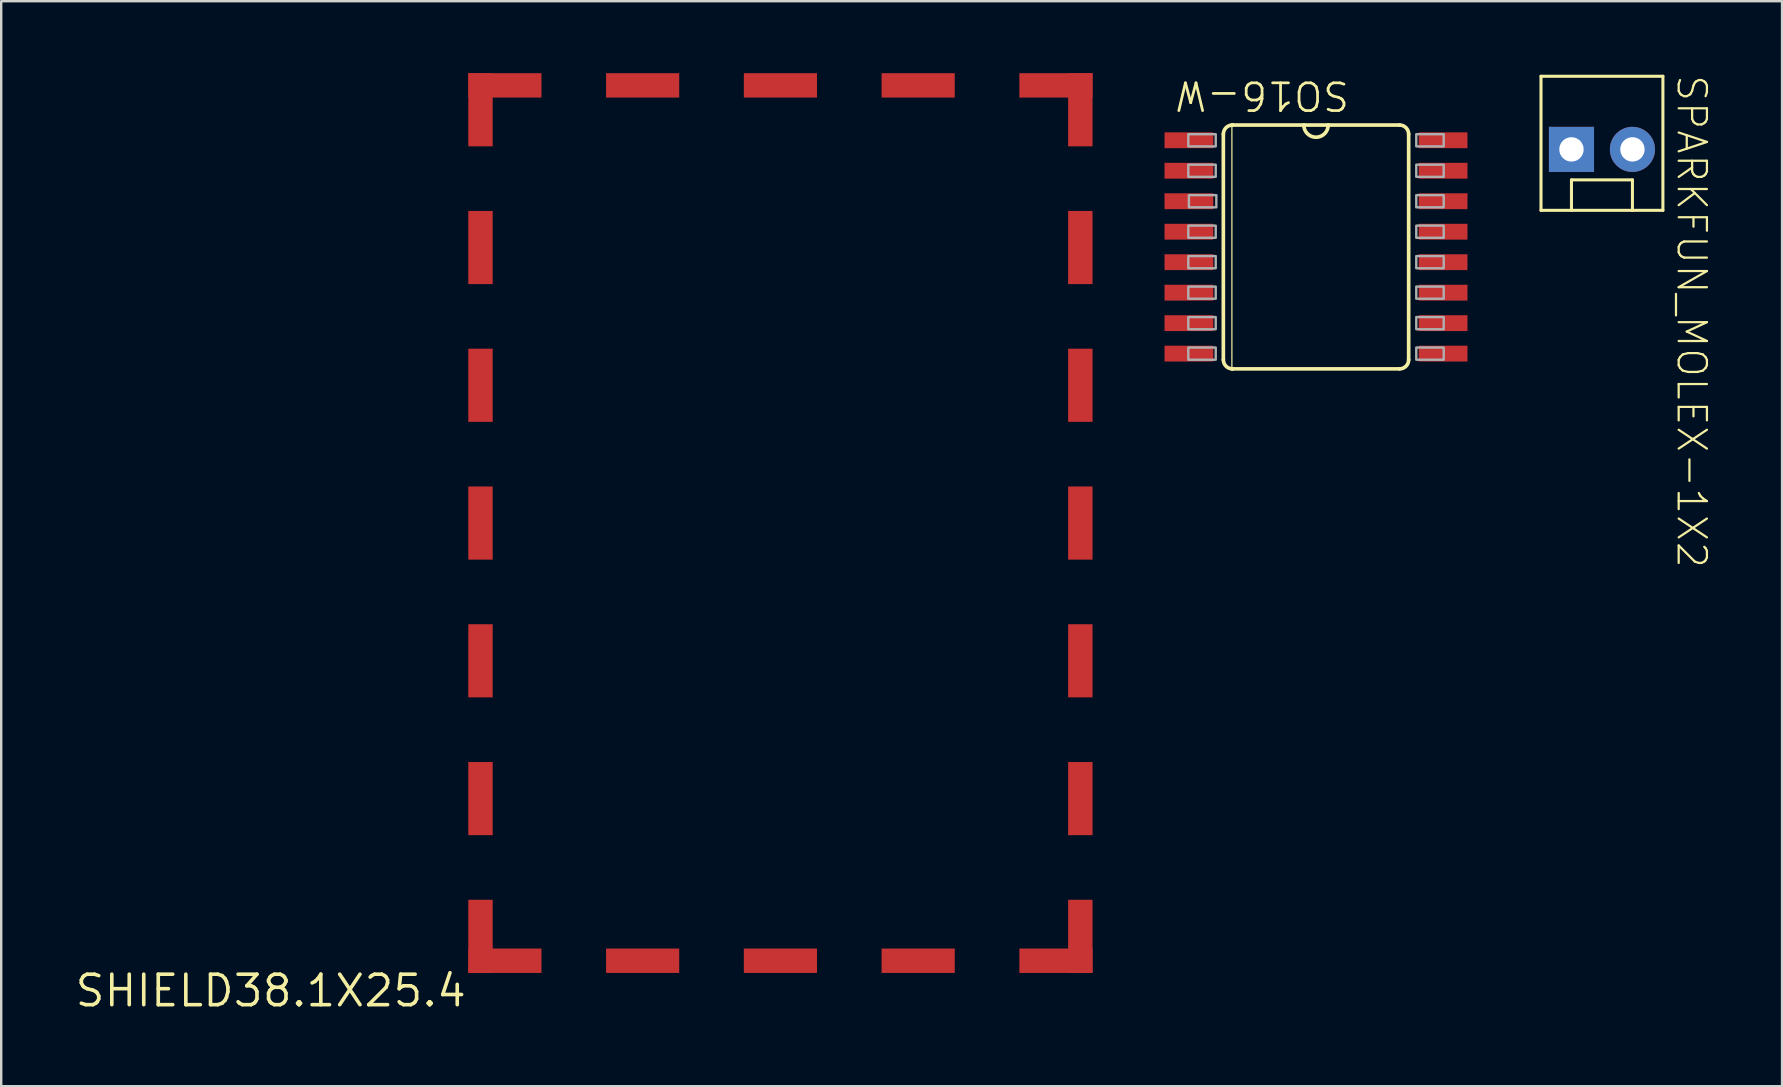
<source format=kicad_pcb>
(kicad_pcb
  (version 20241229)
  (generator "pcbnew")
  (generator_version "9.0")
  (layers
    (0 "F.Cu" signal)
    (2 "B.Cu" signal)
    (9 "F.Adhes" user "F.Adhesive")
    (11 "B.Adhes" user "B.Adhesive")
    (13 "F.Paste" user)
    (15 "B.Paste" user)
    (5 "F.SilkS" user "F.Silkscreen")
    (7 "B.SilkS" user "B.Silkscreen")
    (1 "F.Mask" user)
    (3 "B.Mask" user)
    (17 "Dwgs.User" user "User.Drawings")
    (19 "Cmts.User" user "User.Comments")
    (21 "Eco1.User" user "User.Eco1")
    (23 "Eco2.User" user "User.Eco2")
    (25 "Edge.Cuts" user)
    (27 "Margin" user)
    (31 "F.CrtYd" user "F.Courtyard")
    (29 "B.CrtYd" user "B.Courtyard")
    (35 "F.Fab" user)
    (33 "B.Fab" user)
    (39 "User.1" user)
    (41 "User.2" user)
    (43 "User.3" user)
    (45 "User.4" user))
  (footprint "SPARKFUN_MOLEX-1X2"
    (layer "F.Cu")
    (at 62.431 3.175)
    (property "Reference" "SPARKFUN_MOLEX-1X2" (at 4.318 -3.175 270) (unlocked yes) (layer "F.SilkS") (effects (font (size 1.177 1.177) (thickness 0.093)) (justify left bottom)))
    (fp_line (start -1.27 -3.048) (end -1.27 2.54) (stroke (width 0.127) (type solid)) (layer "F.SilkS"))
    (fp_line (start 0 1.27) (end 2.54 1.27) (stroke (width 0.127) (type solid)) (layer "F.SilkS"))
    (fp_line (start 0 2.54) (end -1.27 2.54) (stroke (width 0.127) (type solid)) (layer "F.SilkS"))
    (fp_line (start 0 2.54) (end 0 1.27) (stroke (width 0.127) (type solid)) (layer "F.SilkS"))
    (fp_line (start 2.54 1.27) (end 2.54 2.54) (stroke (width 0.127) (type solid)) (layer "F.SilkS"))
    (fp_line (start 2.54 2.54) (end 0 2.54) (stroke (width 0.127) (type solid)) (layer "F.SilkS"))
    (fp_line (start 3.81 -3.048) (end -1.27 -3.048) (stroke (width 0.127) (type solid)) (layer "F.SilkS"))
    (fp_line (start 3.81 -3.048) (end 3.81 2.54) (stroke (width 0.127) (type solid)) (layer "F.SilkS"))
    (fp_line (start 3.81 2.54) (end 2.54 2.54) (stroke (width 0.127) (type solid)) (layer "F.SilkS"))
    (pad "1" thru_hole rect (at 0 0) (size 1.88 1.88) (drill 1.016) (layers "*.Cu" "*.Mask"))
    (pad "2" thru_hole circle (at 2.54 0) (size 1.88 1.88) (drill 1.016) (layers "*.Cu" "*.Mask")))
  (footprint "SO16-W"
    (layer "F.Cu")
    (at 51.786 7.24)
    (property "Reference" "SO16-W" (at 1.46 -6.985 180) (unlocked yes) (layer "F.SilkS") (effects (font (size 1.156 1.156) (thickness 0.114)) (justify left bottom)))
    (fp_line (start -3.861 -4.699) (end -3.861 4.699) (stroke (width 0.152) (type solid)) (layer "F.SilkS"))
    (fp_line (start -3.505 -5.08) (end -3.505 5.08) (stroke (width 0.051) (type solid)) (layer "F.SilkS"))
    (fp_line (start -3.505 -5.08) (end -3.48 -5.08) (stroke (width 0.152) (type solid)) (layer "F.SilkS"))
    (fp_line (start -3.505 5.08) (end -3.48 5.08) (stroke (width 0.152) (type solid)) (layer "F.SilkS"))
    (fp_line (start -3.48 5.08) (end 3.48 5.08) (stroke (width 0.152) (type solid)) (layer "F.SilkS"))
    (fp_line (start -0.508 -5.08) (end -3.48 -5.08) (stroke (width 0.152) (type solid)) (layer "F.SilkS"))
    (fp_line (start 0.508 -5.08) (end -0.508 -5.08) (stroke (width 0.152) (type solid)) (layer "F.SilkS"))
    (fp_line (start 3.48 -5.08) (end 0.508 -5.08) (stroke (width 0.152) (type solid)) (layer "F.SilkS"))
    (fp_line (start 3.861 4.699) (end 3.861 -4.699) (stroke (width 0.152) (type solid)) (layer "F.SilkS"))
    (fp_arc (start -3.8608 -4.699) (mid -3.749208 -4.968408) (end -3.4798 -5.08) (stroke (width 0.1524) (type solid)) (layer "F.SilkS"))
    (fp_arc (start -3.4798 5.08) (mid -3.749208 4.968408) (end -3.8608 4.699) (stroke (width 0.1524) (type solid)) (layer "F.SilkS"))
    (fp_arc (start 0.508 -5.08) (mid 0 -4.572) (end -0.508 -5.08) (stroke (width 0.1524) (type solid)) (layer "F.SilkS"))
    (fp_arc (start 3.4798 -5.08) (mid 3.749208 -4.968408) (end 3.8608 -4.699) (stroke (width 0.1524) (type solid)) (layer "F.SilkS"))
    (fp_arc (start 3.8608 4.699) (mid 3.749208 4.968408) (end 3.4798 5.08) (stroke (width 0.1524) (type solid)) (layer "F.SilkS"))
    (fp_poly (pts (xy -5.321 -4.699) (xy -5.321 -4.191) (xy -4.178 -4.191) (xy -4.178 -4.699)) (stroke (width 0.1) (type default)) (fill no) (layer "F.Fab"))
    (fp_poly (pts (xy -5.321 -3.429) (xy -5.321 -2.921) (xy -4.178 -2.921) (xy -4.178 -3.429)) (stroke (width 0.1) (type default)) (fill no) (layer "F.Fab"))
    (fp_poly (pts (xy -5.321 -0.889) (xy -5.321 -0.381) (xy -4.178 -0.381) (xy -4.178 -0.889)) (stroke (width 0.1) (type default)) (fill no) (layer "F.Fab"))
    (fp_poly (pts (xy -5.321 0.381) (xy -5.321 0.889) (xy -4.178 0.889) (xy -4.178 0.381)) (stroke (width 0.1) (type default)) (fill no) (layer "F.Fab"))
    (fp_poly (pts (xy -5.321 1.651) (xy -5.321 2.159) (xy -4.178 2.159) (xy -4.178 1.651)) (stroke (width 0.1) (type default)) (fill no) (layer "F.Fab"))
    (fp_poly (pts (xy -5.321 2.921) (xy -5.321 3.429) (xy -4.178 3.429) (xy -4.178 2.921)) (stroke (width 0.1) (type default)) (fill no) (layer "F.Fab"))
    (fp_poly (pts (xy -5.321 4.191) (xy -5.321 4.699) (xy -4.178 4.699) (xy -4.178 4.191)) (stroke (width 0.1) (type default)) (fill no) (layer "F.Fab"))
    (fp_poly (pts (xy -5.296 -2.159) (xy -5.296 -1.651) (xy -4.153 -1.651) (xy -4.153 -2.159)) (stroke (width 0.1) (type default)) (fill no) (layer "F.Fab"))
    (fp_poly (pts (xy 4.178 -4.699) (xy 4.178 -4.191) (xy 5.321 -4.191) (xy 5.321 -4.699)) (stroke (width 0.1) (type default)) (fill no) (layer "F.Fab"))
    (fp_poly (pts (xy 4.178 -3.429) (xy 4.178 -2.921) (xy 5.321 -2.921) (xy 5.321 -3.429)) (stroke (width 0.1) (type default)) (fill no) (layer "F.Fab"))
    (fp_poly (pts (xy 4.178 -2.159) (xy 4.178 -1.651) (xy 5.321 -1.651) (xy 5.321 -2.159)) (stroke (width 0.1) (type default)) (fill no) (layer "F.Fab"))
    (fp_poly (pts (xy 4.178 -0.889) (xy 4.178 -0.381) (xy 5.321 -0.381) (xy 5.321 -0.889)) (stroke (width 0.1) (type default)) (fill no) (layer "F.Fab"))
    (fp_poly (pts (xy 4.178 0.381) (xy 4.178 0.889) (xy 5.321 0.889) (xy 5.321 0.381)) (stroke (width 0.1) (type default)) (fill no) (layer "F.Fab"))
    (fp_poly (pts (xy 4.178 1.651) (xy 4.178 2.159) (xy 5.321 2.159) (xy 5.321 1.651)) (stroke (width 0.1) (type default)) (fill no) (layer "F.Fab"))
    (fp_poly (pts (xy 4.178 2.921) (xy 4.178 3.429) (xy 5.321 3.429) (xy 5.321 2.921)) (stroke (width 0.1) (type default)) (fill no) (layer "F.Fab"))
    (fp_poly (pts (xy 4.178 4.191) (xy 4.178 4.699) (xy 5.321 4.699) (xy 5.321 4.191)) (stroke (width 0.1) (type default)) (fill no) (layer "F.Fab"))
    (pad "1" smd rect (at -5.296 -4.445 270) (size 0.66 2.032) (layers "F.Cu" "F.Mask" "F.Paste"))
    (pad "2" smd rect (at -5.296 -3.175 270) (size 0.66 2.032) (layers "F.Cu" "F.Mask" "F.Paste"))
    (pad "3" smd rect (at -5.296 -1.905 270) (size 0.66 2.032) (layers "F.Cu" "F.Mask" "F.Paste"))
    (pad "4" smd rect (at -5.296 -0.635 270) (size 0.66 2.032) (layers "F.Cu" "F.Mask" "F.Paste"))
    (pad "5" smd rect (at -5.296 0.635 270) (size 0.66 2.032) (layers "F.Cu" "F.Mask" "F.Paste"))
    (pad "6" smd rect (at -5.296 1.905 270) (size 0.66 2.032) (layers "F.Cu" "F.Mask" "F.Paste"))
    (pad "7" smd rect (at -5.296 3.175 270) (size 0.66 2.032) (layers "F.Cu" "F.Mask" "F.Paste"))
    (pad "8" smd rect (at -5.296 4.445 270) (size 0.66 2.032) (layers "F.Cu" "F.Mask" "F.Paste"))
    (pad "9" smd rect (at 5.296 4.445 270) (size 0.66 2.032) (layers "F.Cu" "F.Mask" "F.Paste"))
    (pad "10" smd rect (at 5.296 3.175 270) (size 0.66 2.032) (layers "F.Cu" "F.Mask" "F.Paste"))
    (pad "11" smd rect (at 5.296 1.905 270) (size 0.66 2.032) (layers "F.Cu" "F.Mask" "F.Paste"))
    (pad "12" smd rect (at 5.296 0.635 270) (size 0.66 2.032) (layers "F.Cu" "F.Mask" "F.Paste"))
    (pad "13" smd rect (at 5.296 -0.635 270) (size 0.66 2.032) (layers "F.Cu" "F.Mask" "F.Paste"))
    (pad "14" smd rect (at 5.296 -1.905 270) (size 0.66 2.032) (layers "F.Cu" "F.Mask" "F.Paste"))
    (pad "15" smd rect (at 5.296 -3.175 270) (size 0.66 2.032) (layers "F.Cu" "F.Mask" "F.Paste"))
    (pad "16" smd rect (at 5.296 -4.445 270) (size 0.66 2.032) (layers "F.Cu" "F.Mask" "F.Paste")))
  (footprint "SHIELD38.1X25.4"
    (layer "F.Cu")
    (at 16.464 37.49)
    (property "Reference" "SHIELD38.1X25.4" (at 0 0 0) (layer "F.SilkS") (effects (font (size 1.27 1.27) (thickness 0.15)) (justify right top)))
    (pad "1" smd rect (at 1.524 -0.508) (size 3.048 1.016) (layers "F.Cu" "F.Mask" "F.Paste"))
    (pad "2" smd rect (at 0.508 -1.524 90) (size 3.048 1.016) (layers "F.Cu" "F.Mask" "F.Paste"))
    (pad "3" smd rect (at 7.264 -0.508) (size 3.048 1.016) (layers "F.Cu" "F.Mask" "F.Paste"))
    (pad "4" smd rect (at 13.005 -0.508) (size 3.048 1.016) (layers "F.Cu" "F.Mask" "F.Paste"))
    (pad "5" smd rect (at 18.745 -0.508) (size 3.048 1.016) (layers "F.Cu" "F.Mask" "F.Paste"))
    (pad "6" smd rect (at 0.508 -7.264 90) (size 3.048 1.016) (layers "F.Cu" "F.Mask" "F.Paste"))
    (pad "7" smd rect (at 0.508 -13.005 90) (size 3.048 1.016) (layers "F.Cu" "F.Mask" "F.Paste"))
    (pad "8" smd rect (at 0.508 -18.745 90) (size 3.048 1.016) (layers "F.Cu" "F.Mask" "F.Paste"))
    (pad "9" smd rect (at 0.508 -24.486 90) (size 3.048 1.016) (layers "F.Cu" "F.Mask" "F.Paste"))
    (pad "10" smd rect (at 0.508 -30.226 90) (size 3.048 1.016) (layers "F.Cu" "F.Mask" "F.Paste"))
    (pad "11" smd rect (at 0.508 -35.966 90) (size 3.048 1.016) (layers "F.Cu" "F.Mask" "F.Paste"))
    (pad "12" smd rect (at 25.502 -1.524 90) (size 3.048 1.016) (layers "F.Cu" "F.Mask" "F.Paste"))
    (pad "13" smd rect (at 24.486 -0.508) (size 3.048 1.016) (layers "F.Cu" "F.Mask" "F.Paste"))
    (pad "14" smd rect (at 25.502 -7.264 90) (size 3.048 1.016) (layers "F.Cu" "F.Mask" "F.Paste"))
    (pad "15" smd rect (at 25.502 -13.005 90) (size 3.048 1.016) (layers "F.Cu" "F.Mask" "F.Paste"))
    (pad "16" smd rect (at 25.502 -18.745 90) (size 3.048 1.016) (layers "F.Cu" "F.Mask" "F.Paste"))
    (pad "17" smd rect (at 25.502 -24.486 90) (size 3.048 1.016) (layers "F.Cu" "F.Mask" "F.Paste"))
    (pad "18" smd rect (at 25.502 -30.226 90) (size 3.048 1.016) (layers "F.Cu" "F.Mask" "F.Paste"))
    (pad "19" smd rect (at 25.502 -35.966 90) (size 3.048 1.016) (layers "F.Cu" "F.Mask" "F.Paste"))
    (pad "20" smd rect (at 1.524 -36.982) (size 3.048 1.016) (layers "F.Cu" "F.Mask" "F.Paste"))
    (pad "21" smd rect (at 7.264 -36.982) (size 3.048 1.016) (layers "F.Cu" "F.Mask" "F.Paste"))
    (pad "22" smd rect (at 13.005 -36.982) (size 3.048 1.016) (layers "F.Cu" "F.Mask" "F.Paste"))
    (pad "23" smd rect (at 18.745 -36.982) (size 3.048 1.016) (layers "F.Cu" "F.Mask" "F.Paste"))
    (pad "24" smd rect (at 24.486 -36.982) (size 3.048 1.016) (layers "F.Cu" "F.Mask" "F.Paste")))
  (gr_rect
    (start -3 -3)
    (end 71.206 42.21)
    (stroke (width 0.1) (type default))
    (fill no)
    (layer "Edge.Cuts")))
</source>
